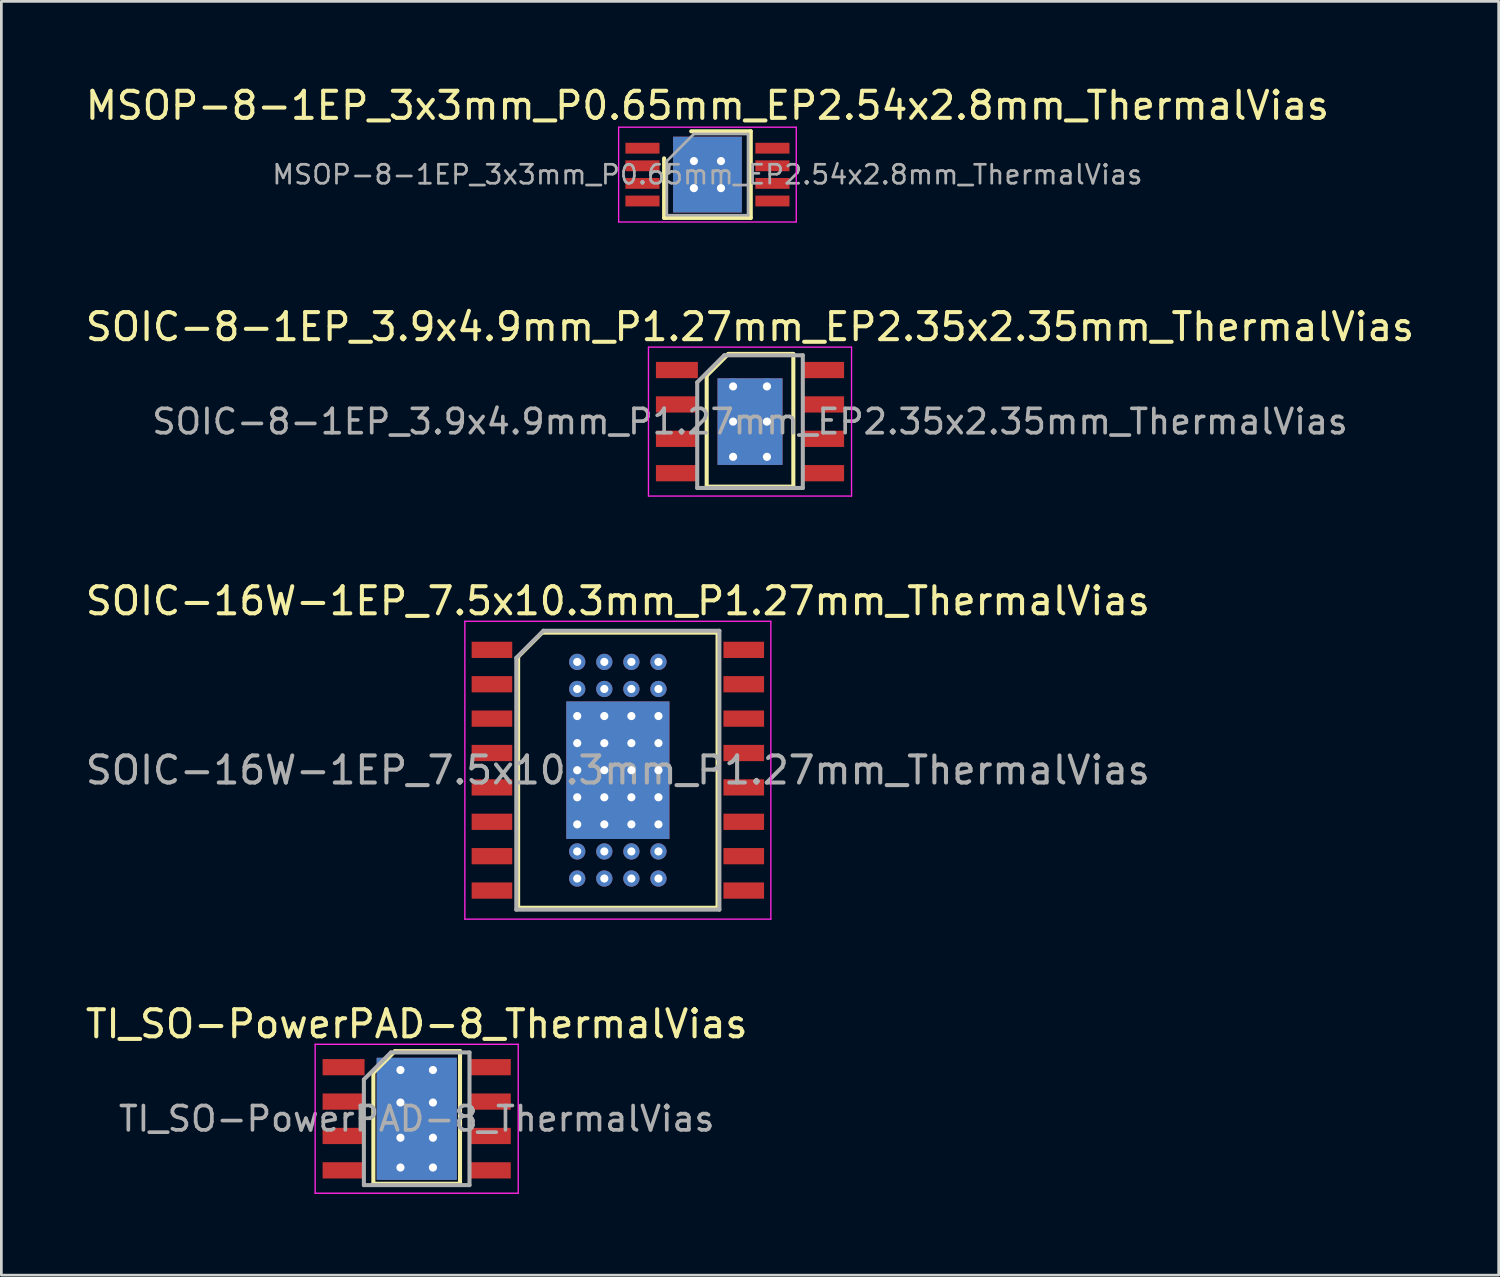
<source format=kicad_pcb>
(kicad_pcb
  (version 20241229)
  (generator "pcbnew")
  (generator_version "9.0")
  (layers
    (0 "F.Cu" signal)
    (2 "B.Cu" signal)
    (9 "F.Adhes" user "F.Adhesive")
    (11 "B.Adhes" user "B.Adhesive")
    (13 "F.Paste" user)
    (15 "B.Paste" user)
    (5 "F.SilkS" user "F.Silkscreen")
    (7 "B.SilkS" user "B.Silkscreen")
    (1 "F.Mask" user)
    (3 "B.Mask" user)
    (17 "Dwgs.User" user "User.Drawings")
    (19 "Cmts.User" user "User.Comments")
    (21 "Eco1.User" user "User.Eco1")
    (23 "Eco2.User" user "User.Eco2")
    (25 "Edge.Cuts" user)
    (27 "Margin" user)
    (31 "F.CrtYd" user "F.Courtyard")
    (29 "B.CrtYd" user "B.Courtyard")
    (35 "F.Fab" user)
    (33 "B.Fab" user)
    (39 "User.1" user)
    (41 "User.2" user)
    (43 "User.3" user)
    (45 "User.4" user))
  (footprint "MSOP-8-1EP_3x3mm_P0.65mm_EP2.54x2.8mm_ThermalVias"
    (layer "F.Cu")
    (at 23.077 3.398)
    (property "Reference" "MSOP-8-1EP_3x3mm_P0.65mm_EP2.54x2.8mm_ThermalVias" (at 0 -2.55 0) (layer "F.SilkS") (effects (font (size 1 1) (thickness 0.15))))
    (attr smd)
    (fp_line (start -1.6 1.6) (end -1.6 -0.6) (stroke (width 0.15) (type solid)) (layer "F.SilkS"))
    (fp_line (start -1.6 1.6) (end 1.6 1.6) (stroke (width 0.15) (type solid)) (layer "F.SilkS"))
    (fp_line (start -0.6 -1.6) (end 1.6 -1.6) (stroke (width 0.15) (type solid)) (layer "F.SilkS"))
    (fp_line (start 1.6 1.6) (end 1.6 -1.6) (stroke (width 0.15) (type solid)) (layer "F.SilkS"))
    (fp_line (start -3.28 -1.75) (end -3.28 1.75) (stroke (width 0.05) (type solid)) (layer "F.CrtYd"))
    (fp_line (start -3.28 -1.75) (end 3.28 -1.75) (stroke (width 0.05) (type solid)) (layer "F.CrtYd"))
    (fp_line (start -3.28 1.75) (end 3.28 1.75) (stroke (width 0.05) (type solid)) (layer "F.CrtYd"))
    (fp_line (start 3.28 -1.75) (end 3.28 1.75) (stroke (width 0.05) (type solid)) (layer "F.CrtYd"))
    (fp_line (start -1.5 -0.5) (end -0.5 -1.5) (stroke (width 0.1) (type solid)) (layer "F.Fab"))
    (fp_line (start -1.5 1.5) (end -1.5 -0.5) (stroke (width 0.1) (type solid)) (layer "F.Fab"))
    (fp_line (start -0.5 -1.5) (end 1.5 -1.5) (stroke (width 0.1) (type solid)) (layer "F.Fab"))
    (fp_line (start 1.5 -1.5) (end 1.5 1.5) (stroke (width 0.1) (type solid)) (layer "F.Fab"))
    (fp_line (start 1.5 1.5) (end -1.5 1.5) (stroke (width 0.1) (type solid)) (layer "F.Fab"))
    (fp_text user "${REFERENCE}" (at 0 0 0) (layer "F.Fab") (effects (font (size 0.7 0.7) (thickness 0.1))))
    (pad "" smd rect (at 0 -1.025) (size 2.4 0.65) (layers "F.Paste"))
    (pad "" smd rect (at 0 0) (size 2.4 0.65) (layers "F.Paste"))
    (pad "" smd rect (at 0 1.025) (size 2.4 0.65) (layers "F.Paste"))
    (pad "1" smd rect (at -2.4 -0.975) (size 1.26 0.4) (layers "F.Cu" "F.Mask" "F.Paste"))
    (pad "2" smd rect (at -2.4 -0.325) (size 1.26 0.4) (layers "F.Cu" "F.Mask" "F.Paste"))
    (pad "3" smd rect (at -2.4 0.325) (size 1.26 0.4) (layers "F.Cu" "F.Mask" "F.Paste"))
    (pad "4" smd rect (at -2.4 0.975) (size 1.26 0.4) (layers "F.Cu" "F.Mask" "F.Paste"))
    (pad "5" smd rect (at 2.4 0.975) (size 1.26 0.4) (layers "F.Cu" "F.Mask" "F.Paste"))
    (pad "6" smd rect (at 2.4 0.325) (size 1.26 0.4) (layers "F.Cu" "F.Mask" "F.Paste"))
    (pad "7" smd rect (at 2.4 -0.325) (size 1.26 0.4) (layers "F.Cu" "F.Mask" "F.Paste"))
    (pad "8" smd rect (at 2.4 -0.975) (size 1.26 0.4) (layers "F.Cu" "F.Mask" "F.Paste"))
    (pad "9" thru_hole circle (at -0.5 -0.5) (size 0.6 0.6) (drill 0.3) (layers "*.Cu" "*.Mask"))
    (pad "9" thru_hole circle (at -0.5 0.5) (size 0.6 0.6) (drill 0.3) (layers "*.Cu" "*.Mask"))
    (pad "9" smd rect (at 0 0) (size 2.54 2.8) (layers "F.Cu" "F.Mask"))
    (pad "9" smd rect (at 0 0) (size 2.54 2.8) (layers "B.Cu" "B.Mask"))
    (pad "9" thru_hole circle (at 0.5 -0.5) (size 0.6 0.6) (drill 0.3) (layers "*.Cu" "*.Mask"))
    (pad "9" thru_hole circle (at 0.5 0.5) (size 0.6 0.6) (drill 0.3) (layers "*.Cu" "*.Mask")))
  (footprint "TI_SO-PowerPAD-8_ThermalVias"
    (layer "F.Cu")
    (at 12.339 38.268)
    (property "Reference" "TI_SO-PowerPAD-8_ThermalVias" (at 0 -3.5 0) (layer "F.SilkS") (effects (font (size 1 1) (thickness 0.15))))
    (attr smd)
    (fp_line (start -1.6 2.4) (end -1.6 -1.7) (stroke (width 0.15) (type solid)) (layer "F.SilkS"))
    (fp_line (start -1.6 2.4) (end 1.6 2.4) (stroke (width 0.15) (type solid)) (layer "F.SilkS"))
    (fp_line (start -0.8 -2.5) (end -1.6 -1.7) (stroke (width 0.15) (type solid)) (layer "F.SilkS"))
    (fp_line (start -0.8 -2.5) (end 1.6 -2.5) (stroke (width 0.15) (type solid)) (layer "F.SilkS"))
    (fp_line (start 1.6 -2.5) (end 1.6 2.4) (stroke (width 0.15) (type solid)) (layer "F.SilkS"))
    (fp_line (start -3.75 -2.75) (end -3.75 2.75) (stroke (width 0.05) (type solid)) (layer "F.CrtYd"))
    (fp_line (start -3.75 -2.75) (end 3.75 -2.75) (stroke (width 0.05) (type solid)) (layer "F.CrtYd"))
    (fp_line (start -3.75 2.75) (end 3.75 2.75) (stroke (width 0.05) (type solid)) (layer "F.CrtYd"))
    (fp_line (start 3.75 -2.75) (end 3.75 2.75) (stroke (width 0.05) (type solid)) (layer "F.CrtYd"))
    (fp_line (start -1.95 -1.45) (end -0.95 -2.45) (stroke (width 0.15) (type solid)) (layer "F.Fab"))
    (fp_line (start -1.95 2.45) (end -1.95 -1.45) (stroke (width 0.15) (type solid)) (layer "F.Fab"))
    (fp_line (start -0.95 -2.45) (end 1.95 -2.45) (stroke (width 0.15) (type solid)) (layer "F.Fab"))
    (fp_line (start 1.95 -2.45) (end 1.95 2.45) (stroke (width 0.15) (type solid)) (layer "F.Fab"))
    (fp_line (start 1.95 2.45) (end -1.95 2.45) (stroke (width 0.15) (type solid)) (layer "F.Fab"))
    (fp_text user "${REFERENCE}" (at 0 0 0) (layer "F.Fab") (effects (font (size 0.9 0.9) (thickness 0.135))))
    (pad "1" smd rect (at -2.7 -1.905) (size 1.55 0.6) (layers "F.Cu" "F.Mask" "F.Paste"))
    (pad "2" smd rect (at -2.7 -0.635) (size 1.55 0.6) (layers "F.Cu" "F.Mask" "F.Paste"))
    (pad "3" smd rect (at -2.7 0.635) (size 1.55 0.6) (layers "F.Cu" "F.Mask" "F.Paste"))
    (pad "4" smd rect (at -2.7 1.905) (size 1.55 0.6) (layers "F.Cu" "F.Mask" "F.Paste"))
    (pad "5" smd rect (at 2.7 1.905) (size 1.55 0.6) (layers "F.Cu" "F.Mask" "F.Paste"))
    (pad "6" smd rect (at 2.7 0.635) (size 1.55 0.6) (layers "F.Cu" "F.Mask" "F.Paste"))
    (pad "7" smd rect (at 2.7 -0.635) (size 1.55 0.6) (layers "F.Cu" "F.Mask" "F.Paste"))
    (pad "8" smd rect (at 2.7 -1.905) (size 1.55 0.6) (layers "F.Cu" "F.Mask" "F.Paste"))
    (pad "9" thru_hole circle (at -0.6 -1.8) (size 0.6 0.6) (drill 0.3) (layers "*.Cu"))
    (pad "9" thru_hole circle (at -0.6 -0.6) (size 0.6 0.6) (drill 0.3) (layers "*.Cu"))
    (pad "9" thru_hole circle (at -0.6 0.7) (size 0.6 0.6) (drill 0.3) (layers "*.Cu"))
    (pad "9" thru_hole circle (at -0.6 1.8) (size 0.6 0.6) (drill 0.3) (layers "*.Cu"))
    (pad "9" smd rect (at 0 0) (size 2.6 3.1) (layers "F.Cu" "F.Mask" "F.Paste"))
    (pad "9" smd rect (at 0 0) (size 2.6 3.1) (layers "B.Cu" "B.Mask"))
    (pad "9" smd rect (at 0 0) (size 2.95 4.5) (layers "F.Cu"))
    (pad "9" smd rect (at 0 0) (size 2.95 4.5) (layers "B.Cu"))
    (pad "9" smd rect (at 0 0) (size 2.95 4.5) (layers "B.Cu"))
    (pad "9" thru_hole circle (at 0.6 -1.8) (size 0.6 0.6) (drill 0.3) (layers "*.Cu"))
    (pad "9" thru_hole circle (at 0.6 -0.6) (size 0.6 0.6) (drill 0.3) (layers "*.Cu"))
    (pad "9" thru_hole circle (at 0.6 0.7) (size 0.6 0.6) (drill 0.3) (layers "*.Cu"))
    (pad "9" thru_hole circle (at 0.6 1.8) (size 0.6 0.6) (drill 0.3) (layers "*.Cu")))
  (footprint "SOIC-16W-1EP_7.5x10.3mm_P1.27mm_ThermalVias"
    (layer "F.Cu")
    (at 19.768 25.395)
    (property "Reference" "SOIC-16W-1EP_7.5x10.3mm_P1.27mm_ThermalVias" (at 0 -6.25 0) (layer "F.SilkS") (effects (font (size 1 1) (thickness 0.15))))
    (attr smd)
    (fp_line (start -3.683 -4.191) (end -2.794 -5.08) (stroke (width 0.15) (type solid)) (layer "F.SilkS"))
    (fp_line (start -3.683 5.08) (end -3.683 -4.191) (stroke (width 0.15) (type solid)) (layer "F.SilkS"))
    (fp_line (start -3.683 5.08) (end 3.683 5.08) (stroke (width 0.15) (type solid)) (layer "F.SilkS"))
    (fp_line (start -2.794 -5.08) (end 3.683 -5.08) (stroke (width 0.15) (type solid)) (layer "F.SilkS"))
    (fp_line (start 3.683 -5.08) (end 3.683 5.08) (stroke (width 0.15) (type solid)) (layer "F.SilkS"))
    (fp_line (start -5.65 -5.5) (end -5.65 5.5) (stroke (width 0.05) (type solid)) (layer "F.CrtYd"))
    (fp_line (start -5.65 -5.5) (end 5.65 -5.5) (stroke (width 0.05) (type solid)) (layer "F.CrtYd"))
    (fp_line (start -5.65 5.5) (end 5.65 5.5) (stroke (width 0.05) (type solid)) (layer "F.CrtYd"))
    (fp_line (start 5.65 -5.5) (end 5.65 5.5) (stroke (width 0.05) (type solid)) (layer "F.CrtYd"))
    (fp_line (start -3.75 -4.15) (end -2.75 -5.15) (stroke (width 0.15) (type solid)) (layer "F.Fab"))
    (fp_line (start -3.75 5.15) (end -3.75 -4.15) (stroke (width 0.15) (type solid)) (layer "F.Fab"))
    (fp_line (start -2.75 -5.15) (end 3.75 -5.15) (stroke (width 0.15) (type solid)) (layer "F.Fab"))
    (fp_line (start 3.75 -5.15) (end 3.75 5.15) (stroke (width 0.15) (type solid)) (layer "F.Fab"))
    (fp_line (start 3.75 5.15) (end -3.75 5.15) (stroke (width 0.15) (type solid)) (layer "F.Fab"))
    (fp_text user "${REFERENCE}" (at 0 0 0) (layer "F.Fab") (effects (font (size 1 1) (thickness 0.15))))
    (pad "1" smd rect (at -4.65 -4.445) (size 1.5 0.6) (layers "F.Cu" "F.Mask" "F.Paste"))
    (pad "2" smd rect (at -4.65 -3.175) (size 1.5 0.6) (layers "F.Cu" "F.Mask" "F.Paste"))
    (pad "3" smd rect (at -4.65 -1.905) (size 1.5 0.6) (layers "F.Cu" "F.Mask" "F.Paste"))
    (pad "4" smd rect (at -4.65 -0.635) (size 1.5 0.6) (layers "F.Cu" "F.Mask" "F.Paste"))
    (pad "5" smd rect (at -4.65 0.635) (size 1.5 0.6) (layers "F.Cu" "F.Mask" "F.Paste"))
    (pad "6" smd rect (at -4.65 1.905) (size 1.5 0.6) (layers "F.Cu" "F.Mask" "F.Paste"))
    (pad "7" smd rect (at -4.65 3.175) (size 1.5 0.6) (layers "F.Cu" "F.Mask" "F.Paste"))
    (pad "8" smd rect (at -4.65 4.445) (size 1.5 0.6) (layers "F.Cu" "F.Mask" "F.Paste"))
    (pad "9" smd rect (at 4.65 4.445) (size 1.5 0.6) (layers "F.Cu" "F.Mask" "F.Paste"))
    (pad "10" smd rect (at 4.65 3.175) (size 1.5 0.6) (layers "F.Cu" "F.Mask" "F.Paste"))
    (pad "11" smd rect (at 4.65 1.905) (size 1.5 0.6) (layers "F.Cu" "F.Mask" "F.Paste"))
    (pad "12" smd rect (at 4.65 0.635) (size 1.5 0.6) (layers "F.Cu" "F.Mask" "F.Paste"))
    (pad "13" smd rect (at 4.65 -0.635) (size 1.5 0.6) (layers "F.Cu" "F.Mask" "F.Paste"))
    (pad "14" smd rect (at 4.65 -1.905) (size 1.5 0.6) (layers "F.Cu" "F.Mask" "F.Paste"))
    (pad "15" smd rect (at 4.65 -3.175) (size 1.5 0.6) (layers "F.Cu" "F.Mask" "F.Paste"))
    (pad "16" smd rect (at 4.65 -4.445) (size 1.5 0.6) (layers "F.Cu" "F.Mask" "F.Paste"))
    (pad "17" thru_hole circle (at -1.5 -4) (size 0.6 0.6) (drill 0.3) (layers "*.Cu" "*.Mask"))
    (pad "17" thru_hole circle (at -1.5 -3) (size 0.6 0.6) (drill 0.3) (layers "*.Cu" "*.Mask"))
    (pad "17" thru_hole circle (at -1.5 -2) (size 0.6 0.6) (drill 0.3) (layers "*.Cu" "*.Mask"))
    (pad "17" thru_hole circle (at -1.5 -1) (size 0.6 0.6) (drill 0.3) (layers "*.Cu" "*.Mask"))
    (pad "17" thru_hole circle (at -1.5 0) (size 0.6 0.6) (drill 0.3) (layers "*.Cu" "*.Mask"))
    (pad "17" thru_hole circle (at -1.5 1) (size 0.6 0.6) (drill 0.3) (layers "*.Cu" "*.Mask"))
    (pad "17" thru_hole circle (at -1.5 2) (size 0.6 0.6) (drill 0.3) (layers "*.Cu" "*.Mask"))
    (pad "17" thru_hole circle (at -1.5 3) (size 0.6 0.6) (drill 0.3) (layers "*.Cu" "*.Mask"))
    (pad "17" thru_hole circle (at -1.5 4) (size 0.6 0.6) (drill 0.3) (layers "*.Cu" "*.Mask"))
    (pad "17" thru_hole circle (at -0.5 -4) (size 0.6 0.6) (drill 0.3) (layers "*.Cu" "*.Mask"))
    (pad "17" thru_hole circle (at -0.5 -3) (size 0.6 0.6) (drill 0.3) (layers "*.Cu" "*.Mask"))
    (pad "17" thru_hole circle (at -0.5 -2) (size 0.6 0.6) (drill 0.3) (layers "*.Cu" "*.Mask"))
    (pad "17" thru_hole circle (at -0.5 -1) (size 0.6 0.6) (drill 0.3) (layers "*.Cu" "*.Mask"))
    (pad "17" thru_hole circle (at -0.5 0) (size 0.6 0.6) (drill 0.3) (layers "*.Cu" "*.Mask"))
    (pad "17" thru_hole circle (at -0.5 1) (size 0.6 0.6) (drill 0.3) (layers "*.Cu" "*.Mask"))
    (pad "17" thru_hole circle (at -0.5 2) (size 0.6 0.6) (drill 0.3) (layers "*.Cu" "*.Mask"))
    (pad "17" thru_hole circle (at -0.5 3) (size 0.6 0.6) (drill 0.3) (layers "*.Cu" "*.Mask"))
    (pad "17" thru_hole circle (at -0.5 4) (size 0.6 0.6) (drill 0.3) (layers "*.Cu" "*.Mask"))
    (pad "17" smd rect (at 0 0) (size 3.81 5.08) (layers "F.Cu" "F.Mask" "F.Paste"))
    (pad "17" smd rect (at 0 0) (size 3.81 5.08) (layers "B.Cu" "B.Mask"))
    (pad "17" thru_hole circle (at 0.5 -4) (size 0.6 0.6) (drill 0.3) (layers "*.Cu" "*.Mask"))
    (pad "17" thru_hole circle (at 0.5 -3) (size 0.6 0.6) (drill 0.3) (layers "*.Cu" "*.Mask"))
    (pad "17" thru_hole circle (at 0.5 -2) (size 0.6 0.6) (drill 0.3) (layers "*.Cu" "*.Mask"))
    (pad "17" thru_hole circle (at 0.5 -1) (size 0.6 0.6) (drill 0.3) (layers "*.Cu" "*.Mask"))
    (pad "17" thru_hole circle (at 0.5 0) (size 0.6 0.6) (drill 0.3) (layers "*.Cu" "*.Mask"))
    (pad "17" thru_hole circle (at 0.5 1) (size 0.6 0.6) (drill 0.3) (layers "*.Cu" "*.Mask"))
    (pad "17" thru_hole circle (at 0.5 2) (size 0.6 0.6) (drill 0.3) (layers "*.Cu" "*.Mask"))
    (pad "17" thru_hole circle (at 0.5 3) (size 0.6 0.6) (drill 0.3) (layers "*.Cu" "*.Mask"))
    (pad "17" thru_hole circle (at 0.5 4) (size 0.6 0.6) (drill 0.3) (layers "*.Cu" "*.Mask"))
    (pad "17" thru_hole circle (at 1.5 -4) (size 0.6 0.6) (drill 0.3) (layers "*.Cu" "*.Mask"))
    (pad "17" thru_hole circle (at 1.5 -3) (size 0.6 0.6) (drill 0.3) (layers "*.Cu" "*.Mask"))
    (pad "17" thru_hole circle (at 1.5 -2) (size 0.6 0.6) (drill 0.3) (layers "*.Cu" "*.Mask"))
    (pad "17" thru_hole circle (at 1.5 -1) (size 0.6 0.6) (drill 0.3) (layers "*.Cu" "*.Mask"))
    (pad "17" thru_hole circle (at 1.5 0) (size 0.6 0.6) (drill 0.3) (layers "*.Cu" "*.Mask"))
    (pad "17" thru_hole circle (at 1.5 1) (size 0.6 0.6) (drill 0.3) (layers "*.Cu" "*.Mask"))
    (pad "17" thru_hole circle (at 1.5 2) (size 0.6 0.6) (drill 0.3) (layers "*.Cu" "*.Mask"))
    (pad "17" thru_hole circle (at 1.5 3) (size 0.6 0.6) (drill 0.3) (layers "*.Cu" "*.Mask"))
    (pad "17" thru_hole circle (at 1.5 4) (size 0.6 0.6) (drill 0.3) (layers "*.Cu" "*.Mask")))
  (footprint "SOIC-8-1EP_3.9x4.9mm_P1.27mm_EP2.35x2.35mm_ThermalVias"
    (layer "F.Cu")
    (at 24.649 12.521)
    (property "Reference" "SOIC-8-1EP_3.9x4.9mm_P1.27mm_EP2.35x2.35mm_ThermalVias" (at 0 -3.5 0) (layer "F.SilkS") (effects (font (size 1 1) (thickness 0.15))))
    (attr smd)
    (fp_line (start -1.6 2.4) (end -1.6 -1.7) (stroke (width 0.15) (type solid)) (layer "F.SilkS"))
    (fp_line (start -1.6 2.4) (end 1.6 2.4) (stroke (width 0.15) (type solid)) (layer "F.SilkS"))
    (fp_line (start -0.8 -2.5) (end -1.6 -1.7) (stroke (width 0.15) (type solid)) (layer "F.SilkS"))
    (fp_line (start -0.8 -2.5) (end 1.6 -2.5) (stroke (width 0.15) (type solid)) (layer "F.SilkS"))
    (fp_line (start 1.6 -2.5) (end 1.6 2.4) (stroke (width 0.15) (type solid)) (layer "F.SilkS"))
    (fp_line (start -3.75 -2.75) (end -3.75 2.75) (stroke (width 0.05) (type solid)) (layer "F.CrtYd"))
    (fp_line (start -3.75 -2.75) (end 3.75 -2.75) (stroke (width 0.05) (type solid)) (layer "F.CrtYd"))
    (fp_line (start -3.75 2.75) (end 3.75 2.75) (stroke (width 0.05) (type solid)) (layer "F.CrtYd"))
    (fp_line (start 3.75 -2.75) (end 3.75 2.75) (stroke (width 0.05) (type solid)) (layer "F.CrtYd"))
    (fp_line (start -1.95 -1.45) (end -0.95 -2.45) (stroke (width 0.15) (type solid)) (layer "F.Fab"))
    (fp_line (start -1.95 2.45) (end -1.95 -1.45) (stroke (width 0.15) (type solid)) (layer "F.Fab"))
    (fp_line (start -0.95 -2.45) (end 1.95 -2.45) (stroke (width 0.15) (type solid)) (layer "F.Fab"))
    (fp_line (start 1.95 -2.45) (end 1.95 2.45) (stroke (width 0.15) (type solid)) (layer "F.Fab"))
    (fp_line (start 1.95 2.45) (end -1.95 2.45) (stroke (width 0.15) (type solid)) (layer "F.Fab"))
    (fp_text user "${REFERENCE}" (at 0 0 0) (layer "F.Fab") (effects (font (size 0.9 0.9) (thickness 0.135))))
    (pad "" smd rect (at -0.588 -0.588) (size 0.95 0.95) (layers "F.Paste"))
    (pad "" smd rect (at -0.588 0.588) (size 0.95 0.95) (layers "F.Paste"))
    (pad "" smd rect (at 0.588 -0.588) (size 0.95 0.95) (layers "F.Paste"))
    (pad "" smd rect (at 0.588 0.588) (size 0.95 0.95) (layers "F.Paste"))
    (pad "1" smd rect (at -2.7 -1.905) (size 1.55 0.6) (layers "F.Cu" "F.Mask" "F.Paste"))
    (pad "2" smd rect (at -2.7 -0.635) (size 1.55 0.6) (layers "F.Cu" "F.Mask" "F.Paste"))
    (pad "3" smd rect (at -2.7 0.635) (size 1.55 0.6) (layers "F.Cu" "F.Mask" "F.Paste"))
    (pad "4" smd rect (at -2.7 1.905) (size 1.55 0.6) (layers "F.Cu" "F.Mask" "F.Paste"))
    (pad "5" smd rect (at 2.7 1.905) (size 1.55 0.6) (layers "F.Cu" "F.Mask" "F.Paste"))
    (pad "6" smd rect (at 2.7 0.635) (size 1.55 0.6) (layers "F.Cu" "F.Mask" "F.Paste"))
    (pad "7" smd rect (at 2.7 -0.635) (size 1.55 0.6) (layers "F.Cu" "F.Mask" "F.Paste"))
    (pad "8" smd rect (at 2.7 -1.905) (size 1.55 0.6) (layers "F.Cu" "F.Mask" "F.Paste"))
    (pad "9" thru_hole circle (at -0.625 -1.3) (size 0.6 0.6) (drill 0.3) (layers "*.Cu" "*.Mask"))
    (pad "9" thru_hole circle (at -0.625 0) (size 0.6 0.6) (drill 0.3) (layers "*.Cu" "*.Mask"))
    (pad "9" thru_hole circle (at -0.625 1.3) (size 0.6 0.6) (drill 0.3) (layers "*.Cu" "*.Mask"))
    (pad "9" smd rect (at 0 0) (size 2.4 3.2) (layers "F.Cu" "F.Mask"))
    (pad "9" smd rect (at 0 0) (size 2.4 3.2) (layers "B.Cu" "B.Mask"))
    (pad "9" thru_hole circle (at 0.625 -1.3) (size 0.6 0.6) (drill 0.3) (layers "*.Cu" "*.Mask"))
    (pad "9" thru_hole circle (at 0.625 0) (size 0.6 0.6) (drill 0.3) (layers "*.Cu" "*.Mask"))
    (pad "9" thru_hole circle (at 0.625 1.3) (size 0.6 0.6) (drill 0.3) (layers "*.Cu" "*.Mask")))
  (gr_rect
    (start -3 -3)
    (end 52.298 44.043)
    (stroke (width 0.1) (type default))
    (fill no)
    (layer "Edge.Cuts")))
</source>
